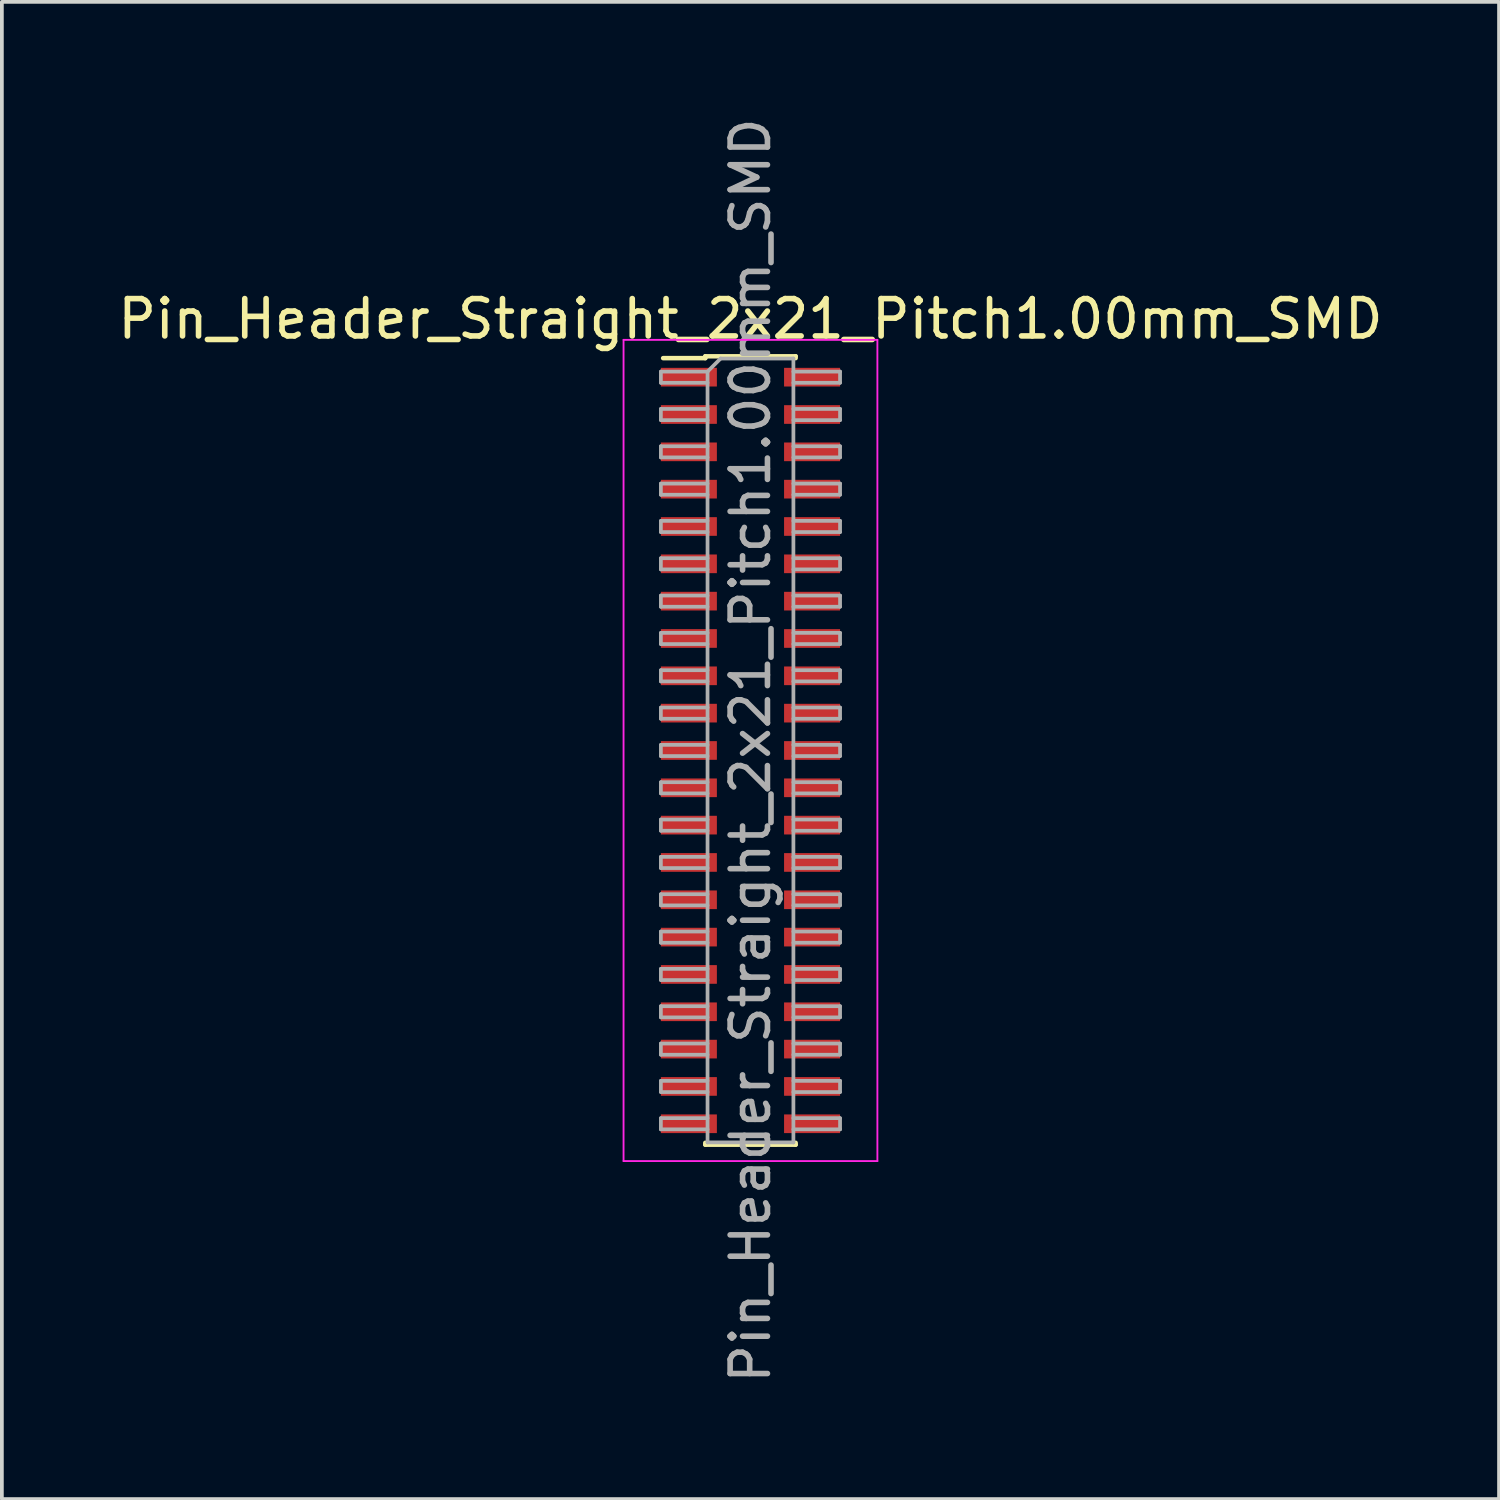
<source format=kicad_pcb>
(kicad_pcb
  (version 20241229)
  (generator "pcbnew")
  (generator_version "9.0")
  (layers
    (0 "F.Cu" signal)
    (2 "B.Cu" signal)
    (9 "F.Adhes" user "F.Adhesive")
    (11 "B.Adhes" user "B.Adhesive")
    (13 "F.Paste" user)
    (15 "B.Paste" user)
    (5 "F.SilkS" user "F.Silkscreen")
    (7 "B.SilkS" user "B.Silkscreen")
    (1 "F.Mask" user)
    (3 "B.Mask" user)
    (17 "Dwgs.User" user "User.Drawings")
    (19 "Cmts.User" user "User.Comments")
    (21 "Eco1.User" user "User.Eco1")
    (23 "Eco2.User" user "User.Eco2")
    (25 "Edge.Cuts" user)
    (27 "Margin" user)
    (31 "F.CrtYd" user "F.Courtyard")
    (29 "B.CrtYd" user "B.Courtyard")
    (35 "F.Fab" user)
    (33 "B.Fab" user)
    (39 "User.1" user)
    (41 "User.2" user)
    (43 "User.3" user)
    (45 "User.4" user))
  (footprint "Pin_Header_Straight_2x21_Pitch1.00mm_SMD"
    (layer "F.Cu")
    (at 17.054 17.054)
    (property "Reference" "Pin_Header_Straight_2x21_Pitch1.00mm_SMD" (at 0 -11.56 0) (layer "F.SilkS") (effects (font (size 1 1) (thickness 0.15))))
    (attr smd)
    (fp_line (start -2.34 -10.51) (end -1.21 -10.51) (stroke (width 0.12) (type solid)) (layer "F.SilkS"))
    (fp_line (start -1.21 -10.56) (end -1.21 -10.51) (stroke (width 0.12) (type solid)) (layer "F.SilkS"))
    (fp_line (start -1.21 -10.56) (end 1.21 -10.56) (stroke (width 0.12) (type solid)) (layer "F.SilkS"))
    (fp_line (start -1.21 10.51) (end -1.21 10.56) (stroke (width 0.12) (type solid)) (layer "F.SilkS"))
    (fp_line (start -1.21 10.56) (end 1.21 10.56) (stroke (width 0.12) (type solid)) (layer "F.SilkS"))
    (fp_line (start 1.21 -10.56) (end 1.21 -10.51) (stroke (width 0.12) (type solid)) (layer "F.SilkS"))
    (fp_line (start 1.21 10.51) (end 1.21 10.56) (stroke (width 0.12) (type solid)) (layer "F.SilkS"))
    (fp_line (start -3.4 -11) (end -3.4 11) (stroke (width 0.05) (type solid)) (layer "F.CrtYd"))
    (fp_line (start -3.4 11) (end 3.4 11) (stroke (width 0.05) (type solid)) (layer "F.CrtYd"))
    (fp_line (start 3.4 -11) (end -3.4 -11) (stroke (width 0.05) (type solid)) (layer "F.CrtYd"))
    (fp_line (start 3.4 11) (end 3.4 -11) (stroke (width 0.05) (type solid)) (layer "F.CrtYd"))
    (fp_line (start -2.4 -10.15) (end -2.4 -9.85) (stroke (width 0.1) (type solid)) (layer "F.Fab"))
    (fp_line (start -2.4 -9.85) (end -1.15 -9.85) (stroke (width 0.1) (type solid)) (layer "F.Fab"))
    (fp_line (start -2.4 -9.15) (end -2.4 -8.85) (stroke (width 0.1) (type solid)) (layer "F.Fab"))
    (fp_line (start -2.4 -8.85) (end -1.15 -8.85) (stroke (width 0.1) (type solid)) (layer "F.Fab"))
    (fp_line (start -2.4 -8.15) (end -2.4 -7.85) (stroke (width 0.1) (type solid)) (layer "F.Fab"))
    (fp_line (start -2.4 -7.85) (end -1.15 -7.85) (stroke (width 0.1) (type solid)) (layer "F.Fab"))
    (fp_line (start -2.4 -7.15) (end -2.4 -6.85) (stroke (width 0.1) (type solid)) (layer "F.Fab"))
    (fp_line (start -2.4 -6.85) (end -1.15 -6.85) (stroke (width 0.1) (type solid)) (layer "F.Fab"))
    (fp_line (start -2.4 -6.15) (end -2.4 -5.85) (stroke (width 0.1) (type solid)) (layer "F.Fab"))
    (fp_line (start -2.4 -5.85) (end -1.15 -5.85) (stroke (width 0.1) (type solid)) (layer "F.Fab"))
    (fp_line (start -2.4 -5.15) (end -2.4 -4.85) (stroke (width 0.1) (type solid)) (layer "F.Fab"))
    (fp_line (start -2.4 -4.85) (end -1.15 -4.85) (stroke (width 0.1) (type solid)) (layer "F.Fab"))
    (fp_line (start -2.4 -4.15) (end -2.4 -3.85) (stroke (width 0.1) (type solid)) (layer "F.Fab"))
    (fp_line (start -2.4 -3.85) (end -1.15 -3.85) (stroke (width 0.1) (type solid)) (layer "F.Fab"))
    (fp_line (start -2.4 -3.15) (end -2.4 -2.85) (stroke (width 0.1) (type solid)) (layer "F.Fab"))
    (fp_line (start -2.4 -2.85) (end -1.15 -2.85) (stroke (width 0.1) (type solid)) (layer "F.Fab"))
    (fp_line (start -2.4 -2.15) (end -2.4 -1.85) (stroke (width 0.1) (type solid)) (layer "F.Fab"))
    (fp_line (start -2.4 -1.85) (end -1.15 -1.85) (stroke (width 0.1) (type solid)) (layer "F.Fab"))
    (fp_line (start -2.4 -1.15) (end -2.4 -0.85) (stroke (width 0.1) (type solid)) (layer "F.Fab"))
    (fp_line (start -2.4 -0.85) (end -1.15 -0.85) (stroke (width 0.1) (type solid)) (layer "F.Fab"))
    (fp_line (start -2.4 -0.15) (end -2.4 0.15) (stroke (width 0.1) (type solid)) (layer "F.Fab"))
    (fp_line (start -2.4 0.15) (end -1.15 0.15) (stroke (width 0.1) (type solid)) (layer "F.Fab"))
    (fp_line (start -2.4 0.85) (end -2.4 1.15) (stroke (width 0.1) (type solid)) (layer "F.Fab"))
    (fp_line (start -2.4 1.15) (end -1.15 1.15) (stroke (width 0.1) (type solid)) (layer "F.Fab"))
    (fp_line (start -2.4 1.85) (end -2.4 2.15) (stroke (width 0.1) (type solid)) (layer "F.Fab"))
    (fp_line (start -2.4 2.15) (end -1.15 2.15) (stroke (width 0.1) (type solid)) (layer "F.Fab"))
    (fp_line (start -2.4 2.85) (end -2.4 3.15) (stroke (width 0.1) (type solid)) (layer "F.Fab"))
    (fp_line (start -2.4 3.15) (end -1.15 3.15) (stroke (width 0.1) (type solid)) (layer "F.Fab"))
    (fp_line (start -2.4 3.85) (end -2.4 4.15) (stroke (width 0.1) (type solid)) (layer "F.Fab"))
    (fp_line (start -2.4 4.15) (end -1.15 4.15) (stroke (width 0.1) (type solid)) (layer "F.Fab"))
    (fp_line (start -2.4 4.85) (end -2.4 5.15) (stroke (width 0.1) (type solid)) (layer "F.Fab"))
    (fp_line (start -2.4 5.15) (end -1.15 5.15) (stroke (width 0.1) (type solid)) (layer "F.Fab"))
    (fp_line (start -2.4 5.85) (end -2.4 6.15) (stroke (width 0.1) (type solid)) (layer "F.Fab"))
    (fp_line (start -2.4 6.15) (end -1.15 6.15) (stroke (width 0.1) (type solid)) (layer "F.Fab"))
    (fp_line (start -2.4 6.85) (end -2.4 7.15) (stroke (width 0.1) (type solid)) (layer "F.Fab"))
    (fp_line (start -2.4 7.15) (end -1.15 7.15) (stroke (width 0.1) (type solid)) (layer "F.Fab"))
    (fp_line (start -2.4 7.85) (end -2.4 8.15) (stroke (width 0.1) (type solid)) (layer "F.Fab"))
    (fp_line (start -2.4 8.15) (end -1.15 8.15) (stroke (width 0.1) (type solid)) (layer "F.Fab"))
    (fp_line (start -2.4 8.85) (end -2.4 9.15) (stroke (width 0.1) (type solid)) (layer "F.Fab"))
    (fp_line (start -2.4 9.15) (end -1.15 9.15) (stroke (width 0.1) (type solid)) (layer "F.Fab"))
    (fp_line (start -2.4 9.85) (end -2.4 10.15) (stroke (width 0.1) (type solid)) (layer "F.Fab"))
    (fp_line (start -2.4 10.15) (end -1.15 10.15) (stroke (width 0.1) (type solid)) (layer "F.Fab"))
    (fp_line (start -1.15 -10.15) (end -2.4 -10.15) (stroke (width 0.1) (type solid)) (layer "F.Fab"))
    (fp_line (start -1.15 -10.15) (end -0.8 -10.5) (stroke (width 0.1) (type solid)) (layer "F.Fab"))
    (fp_line (start -1.15 -9.15) (end -2.4 -9.15) (stroke (width 0.1) (type solid)) (layer "F.Fab"))
    (fp_line (start -1.15 -8.15) (end -2.4 -8.15) (stroke (width 0.1) (type solid)) (layer "F.Fab"))
    (fp_line (start -1.15 -7.15) (end -2.4 -7.15) (stroke (width 0.1) (type solid)) (layer "F.Fab"))
    (fp_line (start -1.15 -6.15) (end -2.4 -6.15) (stroke (width 0.1) (type solid)) (layer "F.Fab"))
    (fp_line (start -1.15 -5.15) (end -2.4 -5.15) (stroke (width 0.1) (type solid)) (layer "F.Fab"))
    (fp_line (start -1.15 -4.15) (end -2.4 -4.15) (stroke (width 0.1) (type solid)) (layer "F.Fab"))
    (fp_line (start -1.15 -3.15) (end -2.4 -3.15) (stroke (width 0.1) (type solid)) (layer "F.Fab"))
    (fp_line (start -1.15 -2.15) (end -2.4 -2.15) (stroke (width 0.1) (type solid)) (layer "F.Fab"))
    (fp_line (start -1.15 -1.15) (end -2.4 -1.15) (stroke (width 0.1) (type solid)) (layer "F.Fab"))
    (fp_line (start -1.15 -0.15) (end -2.4 -0.15) (stroke (width 0.1) (type solid)) (layer "F.Fab"))
    (fp_line (start -1.15 0.85) (end -2.4 0.85) (stroke (width 0.1) (type solid)) (layer "F.Fab"))
    (fp_line (start -1.15 1.85) (end -2.4 1.85) (stroke (width 0.1) (type solid)) (layer "F.Fab"))
    (fp_line (start -1.15 2.85) (end -2.4 2.85) (stroke (width 0.1) (type solid)) (layer "F.Fab"))
    (fp_line (start -1.15 3.85) (end -2.4 3.85) (stroke (width 0.1) (type solid)) (layer "F.Fab"))
    (fp_line (start -1.15 4.85) (end -2.4 4.85) (stroke (width 0.1) (type solid)) (layer "F.Fab"))
    (fp_line (start -1.15 5.85) (end -2.4 5.85) (stroke (width 0.1) (type solid)) (layer "F.Fab"))
    (fp_line (start -1.15 6.85) (end -2.4 6.85) (stroke (width 0.1) (type solid)) (layer "F.Fab"))
    (fp_line (start -1.15 7.85) (end -2.4 7.85) (stroke (width 0.1) (type solid)) (layer "F.Fab"))
    (fp_line (start -1.15 8.85) (end -2.4 8.85) (stroke (width 0.1) (type solid)) (layer "F.Fab"))
    (fp_line (start -1.15 9.85) (end -2.4 9.85) (stroke (width 0.1) (type solid)) (layer "F.Fab"))
    (fp_line (start -1.15 10.5) (end -1.15 -10.15) (stroke (width 0.1) (type solid)) (layer "F.Fab"))
    (fp_line (start -0.8 -10.5) (end 1.15 -10.5) (stroke (width 0.1) (type solid)) (layer "F.Fab"))
    (fp_line (start 1.15 -10.5) (end 1.15 10.5) (stroke (width 0.1) (type solid)) (layer "F.Fab"))
    (fp_line (start 1.15 -10.15) (end 2.4 -10.15) (stroke (width 0.1) (type solid)) (layer "F.Fab"))
    (fp_line (start 1.15 -9.15) (end 2.4 -9.15) (stroke (width 0.1) (type solid)) (layer "F.Fab"))
    (fp_line (start 1.15 -8.15) (end 2.4 -8.15) (stroke (width 0.1) (type solid)) (layer "F.Fab"))
    (fp_line (start 1.15 -7.15) (end 2.4 -7.15) (stroke (width 0.1) (type solid)) (layer "F.Fab"))
    (fp_line (start 1.15 -6.15) (end 2.4 -6.15) (stroke (width 0.1) (type solid)) (layer "F.Fab"))
    (fp_line (start 1.15 -5.15) (end 2.4 -5.15) (stroke (width 0.1) (type solid)) (layer "F.Fab"))
    (fp_line (start 1.15 -4.15) (end 2.4 -4.15) (stroke (width 0.1) (type solid)) (layer "F.Fab"))
    (fp_line (start 1.15 -3.15) (end 2.4 -3.15) (stroke (width 0.1) (type solid)) (layer "F.Fab"))
    (fp_line (start 1.15 -2.15) (end 2.4 -2.15) (stroke (width 0.1) (type solid)) (layer "F.Fab"))
    (fp_line (start 1.15 -1.15) (end 2.4 -1.15) (stroke (width 0.1) (type solid)) (layer "F.Fab"))
    (fp_line (start 1.15 -0.15) (end 2.4 -0.15) (stroke (width 0.1) (type solid)) (layer "F.Fab"))
    (fp_line (start 1.15 0.85) (end 2.4 0.85) (stroke (width 0.1) (type solid)) (layer "F.Fab"))
    (fp_line (start 1.15 1.85) (end 2.4 1.85) (stroke (width 0.1) (type solid)) (layer "F.Fab"))
    (fp_line (start 1.15 2.85) (end 2.4 2.85) (stroke (width 0.1) (type solid)) (layer "F.Fab"))
    (fp_line (start 1.15 3.85) (end 2.4 3.85) (stroke (width 0.1) (type solid)) (layer "F.Fab"))
    (fp_line (start 1.15 4.85) (end 2.4 4.85) (stroke (width 0.1) (type solid)) (layer "F.Fab"))
    (fp_line (start 1.15 5.85) (end 2.4 5.85) (stroke (width 0.1) (type solid)) (layer "F.Fab"))
    (fp_line (start 1.15 6.85) (end 2.4 6.85) (stroke (width 0.1) (type solid)) (layer "F.Fab"))
    (fp_line (start 1.15 7.85) (end 2.4 7.85) (stroke (width 0.1) (type solid)) (layer "F.Fab"))
    (fp_line (start 1.15 8.85) (end 2.4 8.85) (stroke (width 0.1) (type solid)) (layer "F.Fab"))
    (fp_line (start 1.15 9.85) (end 2.4 9.85) (stroke (width 0.1) (type solid)) (layer "F.Fab"))
    (fp_line (start 1.15 10.5) (end -1.15 10.5) (stroke (width 0.1) (type solid)) (layer "F.Fab"))
    (fp_line (start 2.4 -10.15) (end 2.4 -9.85) (stroke (width 0.1) (type solid)) (layer "F.Fab"))
    (fp_line (start 2.4 -9.85) (end 1.15 -9.85) (stroke (width 0.1) (type solid)) (layer "F.Fab"))
    (fp_line (start 2.4 -9.15) (end 2.4 -8.85) (stroke (width 0.1) (type solid)) (layer "F.Fab"))
    (fp_line (start 2.4 -8.85) (end 1.15 -8.85) (stroke (width 0.1) (type solid)) (layer "F.Fab"))
    (fp_line (start 2.4 -8.15) (end 2.4 -7.85) (stroke (width 0.1) (type solid)) (layer "F.Fab"))
    (fp_line (start 2.4 -7.85) (end 1.15 -7.85) (stroke (width 0.1) (type solid)) (layer "F.Fab"))
    (fp_line (start 2.4 -7.15) (end 2.4 -6.85) (stroke (width 0.1) (type solid)) (layer "F.Fab"))
    (fp_line (start 2.4 -6.85) (end 1.15 -6.85) (stroke (width 0.1) (type solid)) (layer "F.Fab"))
    (fp_line (start 2.4 -6.15) (end 2.4 -5.85) (stroke (width 0.1) (type solid)) (layer "F.Fab"))
    (fp_line (start 2.4 -5.85) (end 1.15 -5.85) (stroke (width 0.1) (type solid)) (layer "F.Fab"))
    (fp_line (start 2.4 -5.15) (end 2.4 -4.85) (stroke (width 0.1) (type solid)) (layer "F.Fab"))
    (fp_line (start 2.4 -4.85) (end 1.15 -4.85) (stroke (width 0.1) (type solid)) (layer "F.Fab"))
    (fp_line (start 2.4 -4.15) (end 2.4 -3.85) (stroke (width 0.1) (type solid)) (layer "F.Fab"))
    (fp_line (start 2.4 -3.85) (end 1.15 -3.85) (stroke (width 0.1) (type solid)) (layer "F.Fab"))
    (fp_line (start 2.4 -3.15) (end 2.4 -2.85) (stroke (width 0.1) (type solid)) (layer "F.Fab"))
    (fp_line (start 2.4 -2.85) (end 1.15 -2.85) (stroke (width 0.1) (type solid)) (layer "F.Fab"))
    (fp_line (start 2.4 -2.15) (end 2.4 -1.85) (stroke (width 0.1) (type solid)) (layer "F.Fab"))
    (fp_line (start 2.4 -1.85) (end 1.15 -1.85) (stroke (width 0.1) (type solid)) (layer "F.Fab"))
    (fp_line (start 2.4 -1.15) (end 2.4 -0.85) (stroke (width 0.1) (type solid)) (layer "F.Fab"))
    (fp_line (start 2.4 -0.85) (end 1.15 -0.85) (stroke (width 0.1) (type solid)) (layer "F.Fab"))
    (fp_line (start 2.4 -0.15) (end 2.4 0.15) (stroke (width 0.1) (type solid)) (layer "F.Fab"))
    (fp_line (start 2.4 0.15) (end 1.15 0.15) (stroke (width 0.1) (type solid)) (layer "F.Fab"))
    (fp_line (start 2.4 0.85) (end 2.4 1.15) (stroke (width 0.1) (type solid)) (layer "F.Fab"))
    (fp_line (start 2.4 1.15) (end 1.15 1.15) (stroke (width 0.1) (type solid)) (layer "F.Fab"))
    (fp_line (start 2.4 1.85) (end 2.4 2.15) (stroke (width 0.1) (type solid)) (layer "F.Fab"))
    (fp_line (start 2.4 2.15) (end 1.15 2.15) (stroke (width 0.1) (type solid)) (layer "F.Fab"))
    (fp_line (start 2.4 2.85) (end 2.4 3.15) (stroke (width 0.1) (type solid)) (layer "F.Fab"))
    (fp_line (start 2.4 3.15) (end 1.15 3.15) (stroke (width 0.1) (type solid)) (layer "F.Fab"))
    (fp_line (start 2.4 3.85) (end 2.4 4.15) (stroke (width 0.1) (type solid)) (layer "F.Fab"))
    (fp_line (start 2.4 4.15) (end 1.15 4.15) (stroke (width 0.1) (type solid)) (layer "F.Fab"))
    (fp_line (start 2.4 4.85) (end 2.4 5.15) (stroke (width 0.1) (type solid)) (layer "F.Fab"))
    (fp_line (start 2.4 5.15) (end 1.15 5.15) (stroke (width 0.1) (type solid)) (layer "F.Fab"))
    (fp_line (start 2.4 5.85) (end 2.4 6.15) (stroke (width 0.1) (type solid)) (layer "F.Fab"))
    (fp_line (start 2.4 6.15) (end 1.15 6.15) (stroke (width 0.1) (type solid)) (layer "F.Fab"))
    (fp_line (start 2.4 6.85) (end 2.4 7.15) (stroke (width 0.1) (type solid)) (layer "F.Fab"))
    (fp_line (start 2.4 7.15) (end 1.15 7.15) (stroke (width 0.1) (type solid)) (layer "F.Fab"))
    (fp_line (start 2.4 7.85) (end 2.4 8.15) (stroke (width 0.1) (type solid)) (layer "F.Fab"))
    (fp_line (start 2.4 8.15) (end 1.15 8.15) (stroke (width 0.1) (type solid)) (layer "F.Fab"))
    (fp_line (start 2.4 8.85) (end 2.4 9.15) (stroke (width 0.1) (type solid)) (layer "F.Fab"))
    (fp_line (start 2.4 9.15) (end 1.15 9.15) (stroke (width 0.1) (type solid)) (layer "F.Fab"))
    (fp_line (start 2.4 9.85) (end 2.4 10.15) (stroke (width 0.1) (type solid)) (layer "F.Fab"))
    (fp_line (start 2.4 10.15) (end 1.15 10.15) (stroke (width 0.1) (type solid)) (layer "F.Fab"))
    (fp_text user "${REFERENCE}" (at 0 0 90) (layer "F.Fab") (effects (font (size 1 1) (thickness 0.15))))
    (pad "1" smd rect (at -1.65 -10) (size 1.5 0.5) (layers "F.Cu" "F.Mask" "F.Paste"))
    (pad "2" smd rect (at 1.65 -10) (size 1.5 0.5) (layers "F.Cu" "F.Mask" "F.Paste"))
    (pad "3" smd rect (at -1.65 -9) (size 1.5 0.5) (layers "F.Cu" "F.Mask" "F.Paste"))
    (pad "4" smd rect (at 1.65 -9) (size 1.5 0.5) (layers "F.Cu" "F.Mask" "F.Paste"))
    (pad "5" smd rect (at -1.65 -8) (size 1.5 0.5) (layers "F.Cu" "F.Mask" "F.Paste"))
    (pad "6" smd rect (at 1.65 -8) (size 1.5 0.5) (layers "F.Cu" "F.Mask" "F.Paste"))
    (pad "7" smd rect (at -1.65 -7) (size 1.5 0.5) (layers "F.Cu" "F.Mask" "F.Paste"))
    (pad "8" smd rect (at 1.65 -7) (size 1.5 0.5) (layers "F.Cu" "F.Mask" "F.Paste"))
    (pad "9" smd rect (at -1.65 -6) (size 1.5 0.5) (layers "F.Cu" "F.Mask" "F.Paste"))
    (pad "10" smd rect (at 1.65 -6) (size 1.5 0.5) (layers "F.Cu" "F.Mask" "F.Paste"))
    (pad "11" smd rect (at -1.65 -5) (size 1.5 0.5) (layers "F.Cu" "F.Mask" "F.Paste"))
    (pad "12" smd rect (at 1.65 -5) (size 1.5 0.5) (layers "F.Cu" "F.Mask" "F.Paste"))
    (pad "13" smd rect (at -1.65 -4) (size 1.5 0.5) (layers "F.Cu" "F.Mask" "F.Paste"))
    (pad "14" smd rect (at 1.65 -4) (size 1.5 0.5) (layers "F.Cu" "F.Mask" "F.Paste"))
    (pad "15" smd rect (at -1.65 -3) (size 1.5 0.5) (layers "F.Cu" "F.Mask" "F.Paste"))
    (pad "16" smd rect (at 1.65 -3) (size 1.5 0.5) (layers "F.Cu" "F.Mask" "F.Paste"))
    (pad "17" smd rect (at -1.65 -2) (size 1.5 0.5) (layers "F.Cu" "F.Mask" "F.Paste"))
    (pad "18" smd rect (at 1.65 -2) (size 1.5 0.5) (layers "F.Cu" "F.Mask" "F.Paste"))
    (pad "19" smd rect (at -1.65 -1) (size 1.5 0.5) (layers "F.Cu" "F.Mask" "F.Paste"))
    (pad "20" smd rect (at 1.65 -1) (size 1.5 0.5) (layers "F.Cu" "F.Mask" "F.Paste"))
    (pad "21" smd rect (at -1.65 0) (size 1.5 0.5) (layers "F.Cu" "F.Mask" "F.Paste"))
    (pad "22" smd rect (at 1.65 0) (size 1.5 0.5) (layers "F.Cu" "F.Mask" "F.Paste"))
    (pad "23" smd rect (at -1.65 1) (size 1.5 0.5) (layers "F.Cu" "F.Mask" "F.Paste"))
    (pad "24" smd rect (at 1.65 1) (size 1.5 0.5) (layers "F.Cu" "F.Mask" "F.Paste"))
    (pad "25" smd rect (at -1.65 2) (size 1.5 0.5) (layers "F.Cu" "F.Mask" "F.Paste"))
    (pad "26" smd rect (at 1.65 2) (size 1.5 0.5) (layers "F.Cu" "F.Mask" "F.Paste"))
    (pad "27" smd rect (at -1.65 3) (size 1.5 0.5) (layers "F.Cu" "F.Mask" "F.Paste"))
    (pad "28" smd rect (at 1.65 3) (size 1.5 0.5) (layers "F.Cu" "F.Mask" "F.Paste"))
    (pad "29" smd rect (at -1.65 4) (size 1.5 0.5) (layers "F.Cu" "F.Mask" "F.Paste"))
    (pad "30" smd rect (at 1.65 4) (size 1.5 0.5) (layers "F.Cu" "F.Mask" "F.Paste"))
    (pad "31" smd rect (at -1.65 5) (size 1.5 0.5) (layers "F.Cu" "F.Mask" "F.Paste"))
    (pad "32" smd rect (at 1.65 5) (size 1.5 0.5) (layers "F.Cu" "F.Mask" "F.Paste"))
    (pad "33" smd rect (at -1.65 6) (size 1.5 0.5) (layers "F.Cu" "F.Mask" "F.Paste"))
    (pad "34" smd rect (at 1.65 6) (size 1.5 0.5) (layers "F.Cu" "F.Mask" "F.Paste"))
    (pad "35" smd rect (at -1.65 7) (size 1.5 0.5) (layers "F.Cu" "F.Mask" "F.Paste"))
    (pad "36" smd rect (at 1.65 7) (size 1.5 0.5) (layers "F.Cu" "F.Mask" "F.Paste"))
    (pad "37" smd rect (at -1.65 8) (size 1.5 0.5) (layers "F.Cu" "F.Mask" "F.Paste"))
    (pad "38" smd rect (at 1.65 8) (size 1.5 0.5) (layers "F.Cu" "F.Mask" "F.Paste"))
    (pad "39" smd rect (at -1.65 9) (size 1.5 0.5) (layers "F.Cu" "F.Mask" "F.Paste"))
    (pad "40" smd rect (at 1.65 9) (size 1.5 0.5) (layers "F.Cu" "F.Mask" "F.Paste"))
    (pad "41" smd rect (at -1.65 10) (size 1.5 0.5) (layers "F.Cu" "F.Mask" "F.Paste"))
    (pad "42" smd rect (at 1.65 10) (size 1.5 0.5) (layers "F.Cu" "F.Mask" "F.Paste")))
  (gr_rect
    (start -3 -3)
    (end 37.107 37.107)
    (stroke (width 0.1) (type default))
    (fill no)
    (layer "Edge.Cuts")))
</source>
